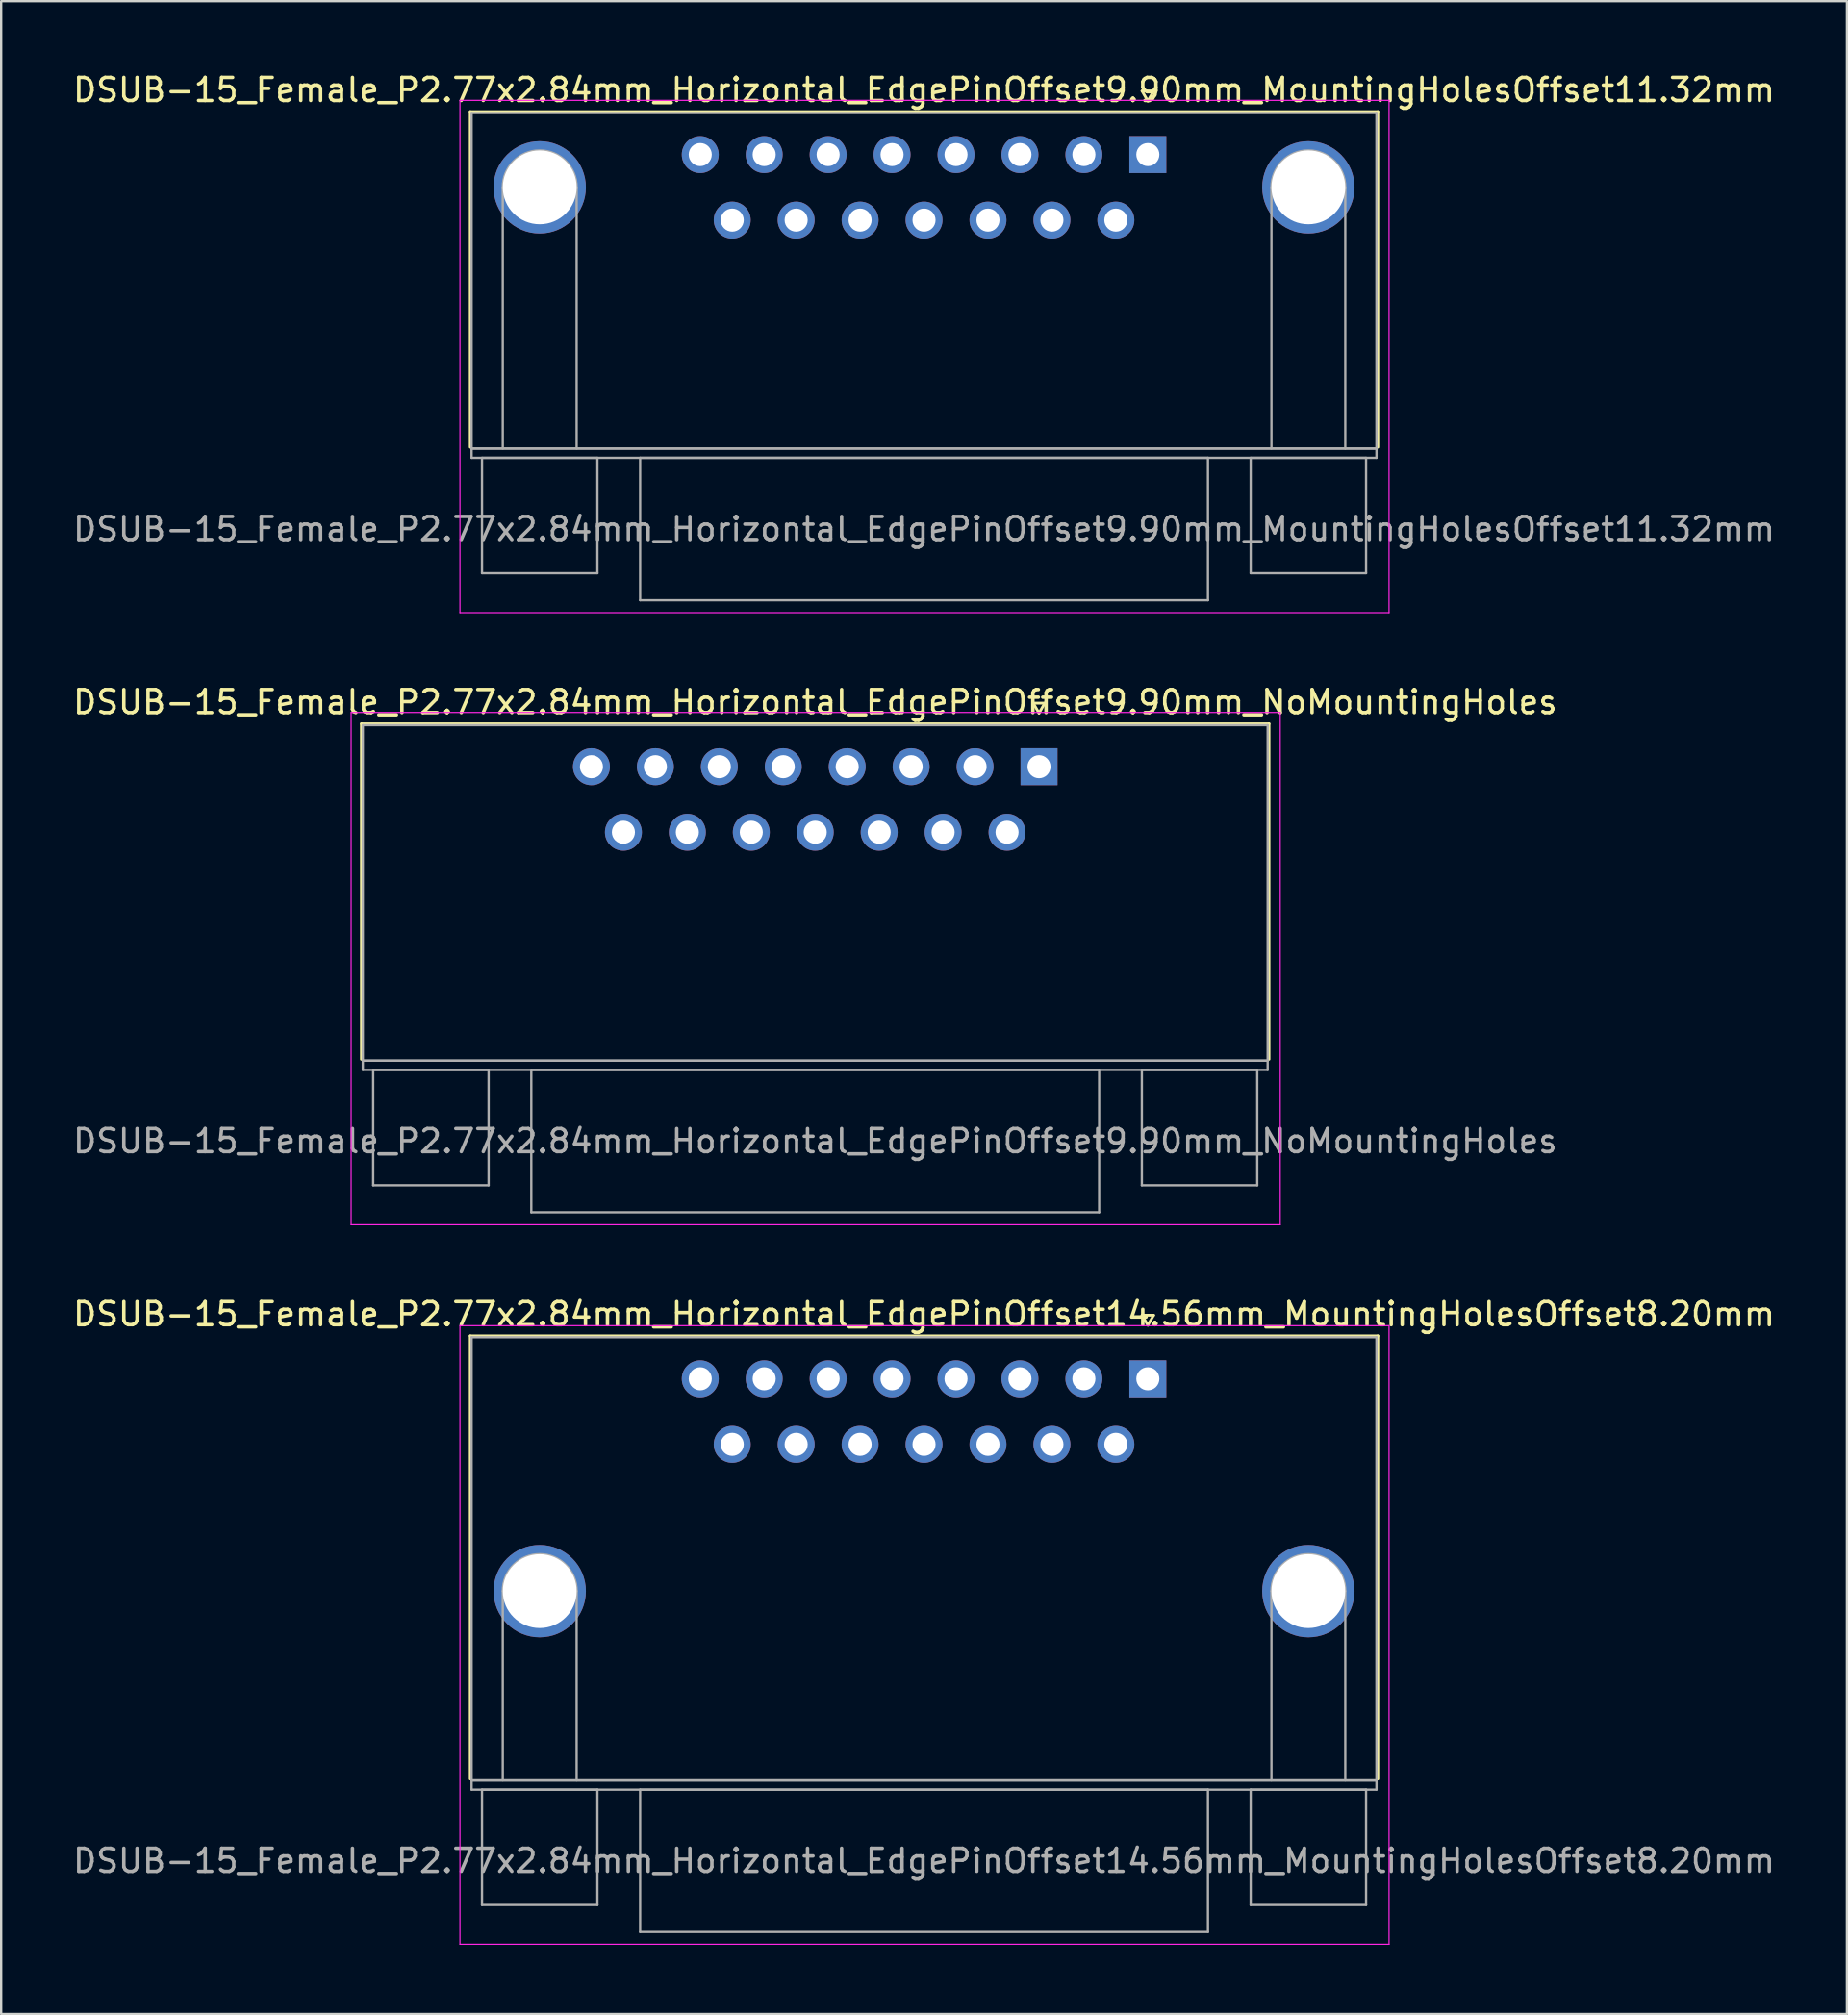
<source format=kicad_pcb>
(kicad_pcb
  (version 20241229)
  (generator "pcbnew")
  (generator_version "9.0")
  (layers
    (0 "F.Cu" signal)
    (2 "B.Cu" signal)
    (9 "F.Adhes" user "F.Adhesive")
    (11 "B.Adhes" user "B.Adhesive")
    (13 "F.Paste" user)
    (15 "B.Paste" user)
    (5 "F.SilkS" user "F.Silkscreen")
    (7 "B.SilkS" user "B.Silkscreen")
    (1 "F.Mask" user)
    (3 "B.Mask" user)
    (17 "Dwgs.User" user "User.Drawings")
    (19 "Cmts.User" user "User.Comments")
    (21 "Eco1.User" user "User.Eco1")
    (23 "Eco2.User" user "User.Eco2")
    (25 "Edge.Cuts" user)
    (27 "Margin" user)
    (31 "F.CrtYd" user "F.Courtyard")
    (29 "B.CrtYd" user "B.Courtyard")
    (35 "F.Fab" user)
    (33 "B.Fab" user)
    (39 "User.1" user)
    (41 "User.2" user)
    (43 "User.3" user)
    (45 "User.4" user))
  (footprint "DSUB-15_Female_P2.77x2.84mm_Horizontal_EdgePinOffset14.56mm_MountingHolesOffset8.20mm"
    (layer "F.Cu")
    (at 46.677 56.695)
    (property "Reference" "DSUB-15_Female_P2.77x2.84mm_Horizontal_EdgePinOffset14.56mm_MountingHolesOffset8.20mm" (at -9.695 -2.8 0) (layer "F.SilkS") (effects (font (size 1 1) (thickness 0.15))))
    (attr through_hole)
    (fp_line (start -29.355 -1.86) (end 9.965 -1.86) (stroke (width 0.12) (type solid)) (layer "F.SilkS"))
    (fp_line (start -29.355 17.34) (end -29.355 -1.86) (stroke (width 0.12) (type solid)) (layer "F.SilkS"))
    (fp_line (start -0.25 -2.754) (end 0.25 -2.754) (stroke (width 0.12) (type solid)) (layer "F.SilkS"))
    (fp_line (start 0 -2.321) (end -0.25 -2.754) (stroke (width 0.12) (type solid)) (layer "F.SilkS"))
    (fp_line (start 0.25 -2.754) (end 0 -2.321) (stroke (width 0.12) (type solid)) (layer "F.SilkS"))
    (fp_line (start 9.965 -1.86) (end 9.965 17.34) (stroke (width 0.12) (type solid)) (layer "F.SilkS"))
    (fp_line (start -29.8 -2.3) (end -29.8 24.5) (stroke (width 0.05) (type solid)) (layer "F.CrtYd"))
    (fp_line (start -29.8 24.5) (end 10.45 24.5) (stroke (width 0.05) (type solid)) (layer "F.CrtYd"))
    (fp_line (start 10.45 -2.3) (end -29.8 -2.3) (stroke (width 0.05) (type solid)) (layer "F.CrtYd"))
    (fp_line (start 10.45 24.5) (end 10.45 -2.3) (stroke (width 0.05) (type solid)) (layer "F.CrtYd"))
    (fp_line (start -29.295 -1.8) (end -29.295 17.4) (stroke (width 0.1) (type solid)) (layer "F.Fab"))
    (fp_line (start -29.295 17.4) (end -29.295 17.8) (stroke (width 0.1) (type solid)) (layer "F.Fab"))
    (fp_line (start -29.295 17.4) (end 9.905 17.4) (stroke (width 0.1) (type solid)) (layer "F.Fab"))
    (fp_line (start -29.295 17.8) (end 9.905 17.8) (stroke (width 0.1) (type solid)) (layer "F.Fab"))
    (fp_line (start -28.845 17.8) (end -28.845 22.8) (stroke (width 0.1) (type solid)) (layer "F.Fab"))
    (fp_line (start -28.845 22.8) (end -23.845 22.8) (stroke (width 0.1) (type solid)) (layer "F.Fab"))
    (fp_line (start -27.945 17.4) (end -27.945 9.2) (stroke (width 0.1) (type solid)) (layer "F.Fab"))
    (fp_line (start -24.745 17.4) (end -24.745 9.2) (stroke (width 0.1) (type solid)) (layer "F.Fab"))
    (fp_line (start -23.845 17.8) (end -28.845 17.8) (stroke (width 0.1) (type solid)) (layer "F.Fab"))
    (fp_line (start -23.845 22.8) (end -23.845 17.8) (stroke (width 0.1) (type solid)) (layer "F.Fab"))
    (fp_line (start -21.995 17.8) (end -21.995 23.97) (stroke (width 0.1) (type solid)) (layer "F.Fab"))
    (fp_line (start -21.995 23.97) (end 2.605 23.97) (stroke (width 0.1) (type solid)) (layer "F.Fab"))
    (fp_line (start 2.605 17.8) (end -21.995 17.8) (stroke (width 0.1) (type solid)) (layer "F.Fab"))
    (fp_line (start 2.605 23.97) (end 2.605 17.8) (stroke (width 0.1) (type solid)) (layer "F.Fab"))
    (fp_line (start 4.455 17.8) (end 4.455 22.8) (stroke (width 0.1) (type solid)) (layer "F.Fab"))
    (fp_line (start 4.455 22.8) (end 9.455 22.8) (stroke (width 0.1) (type solid)) (layer "F.Fab"))
    (fp_line (start 5.355 17.4) (end 5.355 9.2) (stroke (width 0.1) (type solid)) (layer "F.Fab"))
    (fp_line (start 8.555 17.4) (end 8.555 9.2) (stroke (width 0.1) (type solid)) (layer "F.Fab"))
    (fp_line (start 9.455 17.8) (end 4.455 17.8) (stroke (width 0.1) (type solid)) (layer "F.Fab"))
    (fp_line (start 9.455 22.8) (end 9.455 17.8) (stroke (width 0.1) (type solid)) (layer "F.Fab"))
    (fp_line (start 9.905 -1.8) (end -29.295 -1.8) (stroke (width 0.1) (type solid)) (layer "F.Fab"))
    (fp_line (start 9.905 17.4) (end -29.295 17.4) (stroke (width 0.1) (type solid)) (layer "F.Fab"))
    (fp_line (start 9.905 17.4) (end 9.905 -1.8) (stroke (width 0.1) (type solid)) (layer "F.Fab"))
    (fp_line (start 9.905 17.8) (end 9.905 17.4) (stroke (width 0.1) (type solid)) (layer "F.Fab"))
    (fp_arc (start -27.945 9.2) (mid -26.345 7.6) (end -24.745 9.2) (stroke (width 0.1) (type solid)) (layer "F.Fab"))
    (fp_arc (start 5.355 9.2) (mid 6.955 7.6) (end 8.555 9.2) (stroke (width 0.1) (type solid)) (layer "F.Fab"))
    (fp_text user "${REFERENCE}" (at -9.695 20.885 0) (layer "F.Fab") (effects (font (size 1 1) (thickness 0.15))))
    (pad "0" thru_hole circle (at -26.345 9.2) (size 4 4) (drill 3.2) (layers "*.Cu" "*.Mask"))
    (pad "0" thru_hole circle (at 6.955 9.2) (size 4 4) (drill 3.2) (layers "*.Cu" "*.Mask"))
    (pad "1" thru_hole rect (at 0 0) (size 1.6 1.6) (drill 1) (layers "*.Cu" "*.Mask"))
    (pad "2" thru_hole circle (at -2.77 0) (size 1.6 1.6) (drill 1) (layers "*.Cu" "*.Mask"))
    (pad "3" thru_hole circle (at -5.54 0) (size 1.6 1.6) (drill 1) (layers "*.Cu" "*.Mask"))
    (pad "4" thru_hole circle (at -8.31 0) (size 1.6 1.6) (drill 1) (layers "*.Cu" "*.Mask"))
    (pad "5" thru_hole circle (at -11.08 0) (size 1.6 1.6) (drill 1) (layers "*.Cu" "*.Mask"))
    (pad "6" thru_hole circle (at -13.85 0) (size 1.6 1.6) (drill 1) (layers "*.Cu" "*.Mask"))
    (pad "7" thru_hole circle (at -16.62 0) (size 1.6 1.6) (drill 1) (layers "*.Cu" "*.Mask"))
    (pad "8" thru_hole circle (at -19.39 0) (size 1.6 1.6) (drill 1) (layers "*.Cu" "*.Mask"))
    (pad "9" thru_hole circle (at -1.385 2.84) (size 1.6 1.6) (drill 1) (layers "*.Cu" "*.Mask"))
    (pad "10" thru_hole circle (at -4.155 2.84) (size 1.6 1.6) (drill 1) (layers "*.Cu" "*.Mask"))
    (pad "11" thru_hole circle (at -6.925 2.84) (size 1.6 1.6) (drill 1) (layers "*.Cu" "*.Mask"))
    (pad "12" thru_hole circle (at -9.695 2.84) (size 1.6 1.6) (drill 1) (layers "*.Cu" "*.Mask"))
    (pad "13" thru_hole circle (at -12.465 2.84) (size 1.6 1.6) (drill 1) (layers "*.Cu" "*.Mask"))
    (pad "14" thru_hole circle (at -15.235 2.84) (size 1.6 1.6) (drill 1) (layers "*.Cu" "*.Mask"))
    (pad "15" thru_hole circle (at -18.005 2.84) (size 1.6 1.6) (drill 1) (layers "*.Cu" "*.Mask")))
  (footprint "DSUB-15_Female_P2.77x2.84mm_Horizontal_EdgePinOffset9.90mm_NoMountingHoles"
    (layer "F.Cu")
    (at 41.963 30.172)
    (property "Reference" "DSUB-15_Female_P2.77x2.84mm_Horizontal_EdgePinOffset9.90mm_NoMountingHoles" (at -9.695 -2.8 0) (layer "F.SilkS") (effects (font (size 1 1) (thickness 0.15))))
    (attr through_hole)
    (fp_line (start -29.355 -1.86) (end 9.965 -1.86) (stroke (width 0.12) (type solid)) (layer "F.SilkS"))
    (fp_line (start -29.355 12.68) (end -29.355 -1.86) (stroke (width 0.12) (type solid)) (layer "F.SilkS"))
    (fp_line (start -0.25 -2.754) (end 0.25 -2.754) (stroke (width 0.12) (type solid)) (layer "F.SilkS"))
    (fp_line (start 0 -2.321) (end -0.25 -2.754) (stroke (width 0.12) (type solid)) (layer "F.SilkS"))
    (fp_line (start 0.25 -2.754) (end 0 -2.321) (stroke (width 0.12) (type solid)) (layer "F.SilkS"))
    (fp_line (start 9.965 -1.86) (end 9.965 12.68) (stroke (width 0.12) (type solid)) (layer "F.SilkS"))
    (fp_line (start -29.8 -2.35) (end -29.8 19.85) (stroke (width 0.05) (type solid)) (layer "F.CrtYd"))
    (fp_line (start -29.8 19.85) (end 10.45 19.85) (stroke (width 0.05) (type solid)) (layer "F.CrtYd"))
    (fp_line (start 10.45 -2.35) (end -29.8 -2.35) (stroke (width 0.05) (type solid)) (layer "F.CrtYd"))
    (fp_line (start 10.45 19.85) (end 10.45 -2.35) (stroke (width 0.05) (type solid)) (layer "F.CrtYd"))
    (fp_line (start -29.295 -1.8) (end -29.295 12.74) (stroke (width 0.1) (type solid)) (layer "F.Fab"))
    (fp_line (start -29.295 12.74) (end -29.295 13.14) (stroke (width 0.1) (type solid)) (layer "F.Fab"))
    (fp_line (start -29.295 12.74) (end 9.905 12.74) (stroke (width 0.1) (type solid)) (layer "F.Fab"))
    (fp_line (start -29.295 13.14) (end 9.905 13.14) (stroke (width 0.1) (type solid)) (layer "F.Fab"))
    (fp_line (start -28.845 13.14) (end -28.845 18.14) (stroke (width 0.1) (type solid)) (layer "F.Fab"))
    (fp_line (start -28.845 18.14) (end -23.845 18.14) (stroke (width 0.1) (type solid)) (layer "F.Fab"))
    (fp_line (start -23.845 13.14) (end -28.845 13.14) (stroke (width 0.1) (type solid)) (layer "F.Fab"))
    (fp_line (start -23.845 18.14) (end -23.845 13.14) (stroke (width 0.1) (type solid)) (layer "F.Fab"))
    (fp_line (start -21.995 13.14) (end -21.995 19.31) (stroke (width 0.1) (type solid)) (layer "F.Fab"))
    (fp_line (start -21.995 19.31) (end 2.605 19.31) (stroke (width 0.1) (type solid)) (layer "F.Fab"))
    (fp_line (start 2.605 13.14) (end -21.995 13.14) (stroke (width 0.1) (type solid)) (layer "F.Fab"))
    (fp_line (start 2.605 19.31) (end 2.605 13.14) (stroke (width 0.1) (type solid)) (layer "F.Fab"))
    (fp_line (start 4.455 13.14) (end 4.455 18.14) (stroke (width 0.1) (type solid)) (layer "F.Fab"))
    (fp_line (start 4.455 18.14) (end 9.455 18.14) (stroke (width 0.1) (type solid)) (layer "F.Fab"))
    (fp_line (start 9.455 13.14) (end 4.455 13.14) (stroke (width 0.1) (type solid)) (layer "F.Fab"))
    (fp_line (start 9.455 18.14) (end 9.455 13.14) (stroke (width 0.1) (type solid)) (layer "F.Fab"))
    (fp_line (start 9.905 -1.8) (end -29.295 -1.8) (stroke (width 0.1) (type solid)) (layer "F.Fab"))
    (fp_line (start 9.905 12.74) (end -29.295 12.74) (stroke (width 0.1) (type solid)) (layer "F.Fab"))
    (fp_line (start 9.905 12.74) (end 9.905 -1.8) (stroke (width 0.1) (type solid)) (layer "F.Fab"))
    (fp_line (start 9.905 13.14) (end 9.905 12.74) (stroke (width 0.1) (type solid)) (layer "F.Fab"))
    (fp_text user "${REFERENCE}" (at -9.695 16.225 0) (layer "F.Fab") (effects (font (size 1 1) (thickness 0.15))))
    (pad "1" thru_hole rect (at 0 0) (size 1.6 1.6) (drill 1) (layers "*.Cu" "*.Mask"))
    (pad "2" thru_hole circle (at -2.77 0) (size 1.6 1.6) (drill 1) (layers "*.Cu" "*.Mask"))
    (pad "3" thru_hole circle (at -5.54 0) (size 1.6 1.6) (drill 1) (layers "*.Cu" "*.Mask"))
    (pad "4" thru_hole circle (at -8.31 0) (size 1.6 1.6) (drill 1) (layers "*.Cu" "*.Mask"))
    (pad "5" thru_hole circle (at -11.08 0) (size 1.6 1.6) (drill 1) (layers "*.Cu" "*.Mask"))
    (pad "6" thru_hole circle (at -13.85 0) (size 1.6 1.6) (drill 1) (layers "*.Cu" "*.Mask"))
    (pad "7" thru_hole circle (at -16.62 0) (size 1.6 1.6) (drill 1) (layers "*.Cu" "*.Mask"))
    (pad "8" thru_hole circle (at -19.39 0) (size 1.6 1.6) (drill 1) (layers "*.Cu" "*.Mask"))
    (pad "9" thru_hole circle (at -1.385 2.84) (size 1.6 1.6) (drill 1) (layers "*.Cu" "*.Mask"))
    (pad "10" thru_hole circle (at -4.155 2.84) (size 1.6 1.6) (drill 1) (layers "*.Cu" "*.Mask"))
    (pad "11" thru_hole circle (at -6.925 2.84) (size 1.6 1.6) (drill 1) (layers "*.Cu" "*.Mask"))
    (pad "12" thru_hole circle (at -9.695 2.84) (size 1.6 1.6) (drill 1) (layers "*.Cu" "*.Mask"))
    (pad "13" thru_hole circle (at -12.465 2.84) (size 1.6 1.6) (drill 1) (layers "*.Cu" "*.Mask"))
    (pad "14" thru_hole circle (at -15.235 2.84) (size 1.6 1.6) (drill 1) (layers "*.Cu" "*.Mask"))
    (pad "15" thru_hole circle (at -18.005 2.84) (size 1.6 1.6) (drill 1) (layers "*.Cu" "*.Mask")))
  (footprint "DSUB-15_Female_P2.77x2.84mm_Horizontal_EdgePinOffset9.90mm_MountingHolesOffset11.32mm"
    (layer "F.Cu")
    (at 46.677 3.648)
    (property "Reference" "DSUB-15_Female_P2.77x2.84mm_Horizontal_EdgePinOffset9.90mm_MountingHolesOffset11.32mm" (at -9.695 -2.8 0) (layer "F.SilkS") (effects (font (size 1 1) (thickness 0.15))))
    (attr through_hole)
    (fp_line (start -29.355 -1.86) (end 9.965 -1.86) (stroke (width 0.12) (type solid)) (layer "F.SilkS"))
    (fp_line (start -29.355 12.68) (end -29.355 -1.86) (stroke (width 0.12) (type solid)) (layer "F.SilkS"))
    (fp_line (start -0.25 -2.754) (end 0.25 -2.754) (stroke (width 0.12) (type solid)) (layer "F.SilkS"))
    (fp_line (start 0 -2.321) (end -0.25 -2.754) (stroke (width 0.12) (type solid)) (layer "F.SilkS"))
    (fp_line (start 0.25 -2.754) (end 0 -2.321) (stroke (width 0.12) (type solid)) (layer "F.SilkS"))
    (fp_line (start 9.965 -1.86) (end 9.965 12.68) (stroke (width 0.12) (type solid)) (layer "F.SilkS"))
    (fp_line (start -29.8 -2.35) (end -29.8 19.85) (stroke (width 0.05) (type solid)) (layer "F.CrtYd"))
    (fp_line (start -29.8 19.85) (end 10.45 19.85) (stroke (width 0.05) (type solid)) (layer "F.CrtYd"))
    (fp_line (start 10.45 -2.35) (end -29.8 -2.35) (stroke (width 0.05) (type solid)) (layer "F.CrtYd"))
    (fp_line (start 10.45 19.85) (end 10.45 -2.35) (stroke (width 0.05) (type solid)) (layer "F.CrtYd"))
    (fp_line (start -29.295 -1.8) (end -29.295 12.74) (stroke (width 0.1) (type solid)) (layer "F.Fab"))
    (fp_line (start -29.295 12.74) (end -29.295 13.14) (stroke (width 0.1) (type solid)) (layer "F.Fab"))
    (fp_line (start -29.295 12.74) (end 9.905 12.74) (stroke (width 0.1) (type solid)) (layer "F.Fab"))
    (fp_line (start -29.295 13.14) (end 9.905 13.14) (stroke (width 0.1) (type solid)) (layer "F.Fab"))
    (fp_line (start -28.845 13.14) (end -28.845 18.14) (stroke (width 0.1) (type solid)) (layer "F.Fab"))
    (fp_line (start -28.845 18.14) (end -23.845 18.14) (stroke (width 0.1) (type solid)) (layer "F.Fab"))
    (fp_line (start -27.945 12.74) (end -27.945 1.42) (stroke (width 0.1) (type solid)) (layer "F.Fab"))
    (fp_line (start -24.745 12.74) (end -24.745 1.42) (stroke (width 0.1) (type solid)) (layer "F.Fab"))
    (fp_line (start -23.845 13.14) (end -28.845 13.14) (stroke (width 0.1) (type solid)) (layer "F.Fab"))
    (fp_line (start -23.845 18.14) (end -23.845 13.14) (stroke (width 0.1) (type solid)) (layer "F.Fab"))
    (fp_line (start -21.995 13.14) (end -21.995 19.31) (stroke (width 0.1) (type solid)) (layer "F.Fab"))
    (fp_line (start -21.995 19.31) (end 2.605 19.31) (stroke (width 0.1) (type solid)) (layer "F.Fab"))
    (fp_line (start 2.605 13.14) (end -21.995 13.14) (stroke (width 0.1) (type solid)) (layer "F.Fab"))
    (fp_line (start 2.605 19.31) (end 2.605 13.14) (stroke (width 0.1) (type solid)) (layer "F.Fab"))
    (fp_line (start 4.455 13.14) (end 4.455 18.14) (stroke (width 0.1) (type solid)) (layer "F.Fab"))
    (fp_line (start 4.455 18.14) (end 9.455 18.14) (stroke (width 0.1) (type solid)) (layer "F.Fab"))
    (fp_line (start 5.355 12.74) (end 5.355 1.42) (stroke (width 0.1) (type solid)) (layer "F.Fab"))
    (fp_line (start 8.555 12.74) (end 8.555 1.42) (stroke (width 0.1) (type solid)) (layer "F.Fab"))
    (fp_line (start 9.455 13.14) (end 4.455 13.14) (stroke (width 0.1) (type solid)) (layer "F.Fab"))
    (fp_line (start 9.455 18.14) (end 9.455 13.14) (stroke (width 0.1) (type solid)) (layer "F.Fab"))
    (fp_line (start 9.905 -1.8) (end -29.295 -1.8) (stroke (width 0.1) (type solid)) (layer "F.Fab"))
    (fp_line (start 9.905 12.74) (end -29.295 12.74) (stroke (width 0.1) (type solid)) (layer "F.Fab"))
    (fp_line (start 9.905 12.74) (end 9.905 -1.8) (stroke (width 0.1) (type solid)) (layer "F.Fab"))
    (fp_line (start 9.905 13.14) (end 9.905 12.74) (stroke (width 0.1) (type solid)) (layer "F.Fab"))
    (fp_arc (start -27.945 1.42) (mid -26.345 -0.18) (end -24.745 1.42) (stroke (width 0.1) (type solid)) (layer "F.Fab"))
    (fp_arc (start 5.355 1.42) (mid 6.955 -0.18) (end 8.555 1.42) (stroke (width 0.1) (type solid)) (layer "F.Fab"))
    (fp_text user "${REFERENCE}" (at -9.695 16.225 0) (layer "F.Fab") (effects (font (size 1 1) (thickness 0.15))))
    (pad "0" thru_hole circle (at -26.345 1.42) (size 4 4) (drill 3.2) (layers "*.Cu" "*.Mask"))
    (pad "0" thru_hole circle (at 6.955 1.42) (size 4 4) (drill 3.2) (layers "*.Cu" "*.Mask"))
    (pad "1" thru_hole rect (at 0 0) (size 1.6 1.6) (drill 1) (layers "*.Cu" "*.Mask"))
    (pad "2" thru_hole circle (at -2.77 0) (size 1.6 1.6) (drill 1) (layers "*.Cu" "*.Mask"))
    (pad "3" thru_hole circle (at -5.54 0) (size 1.6 1.6) (drill 1) (layers "*.Cu" "*.Mask"))
    (pad "4" thru_hole circle (at -8.31 0) (size 1.6 1.6) (drill 1) (layers "*.Cu" "*.Mask"))
    (pad "5" thru_hole circle (at -11.08 0) (size 1.6 1.6) (drill 1) (layers "*.Cu" "*.Mask"))
    (pad "6" thru_hole circle (at -13.85 0) (size 1.6 1.6) (drill 1) (layers "*.Cu" "*.Mask"))
    (pad "7" thru_hole circle (at -16.62 0) (size 1.6 1.6) (drill 1) (layers "*.Cu" "*.Mask"))
    (pad "8" thru_hole circle (at -19.39 0) (size 1.6 1.6) (drill 1) (layers "*.Cu" "*.Mask"))
    (pad "9" thru_hole circle (at -1.385 2.84) (size 1.6 1.6) (drill 1) (layers "*.Cu" "*.Mask"))
    (pad "10" thru_hole circle (at -4.155 2.84) (size 1.6 1.6) (drill 1) (layers "*.Cu" "*.Mask"))
    (pad "11" thru_hole circle (at -6.925 2.84) (size 1.6 1.6) (drill 1) (layers "*.Cu" "*.Mask"))
    (pad "12" thru_hole circle (at -9.695 2.84) (size 1.6 1.6) (drill 1) (layers "*.Cu" "*.Mask"))
    (pad "13" thru_hole circle (at -12.465 2.84) (size 1.6 1.6) (drill 1) (layers "*.Cu" "*.Mask"))
    (pad "14" thru_hole circle (at -15.235 2.84) (size 1.6 1.6) (drill 1) (layers "*.Cu" "*.Mask"))
    (pad "15" thru_hole circle (at -18.005 2.84) (size 1.6 1.6) (drill 1) (layers "*.Cu" "*.Mask")))
  (gr_rect
    (start -3 -3)
    (end 76.964 84.22)
    (stroke (width 0.1) (type default))
    (fill no)
    (layer "Edge.Cuts")))
</source>
